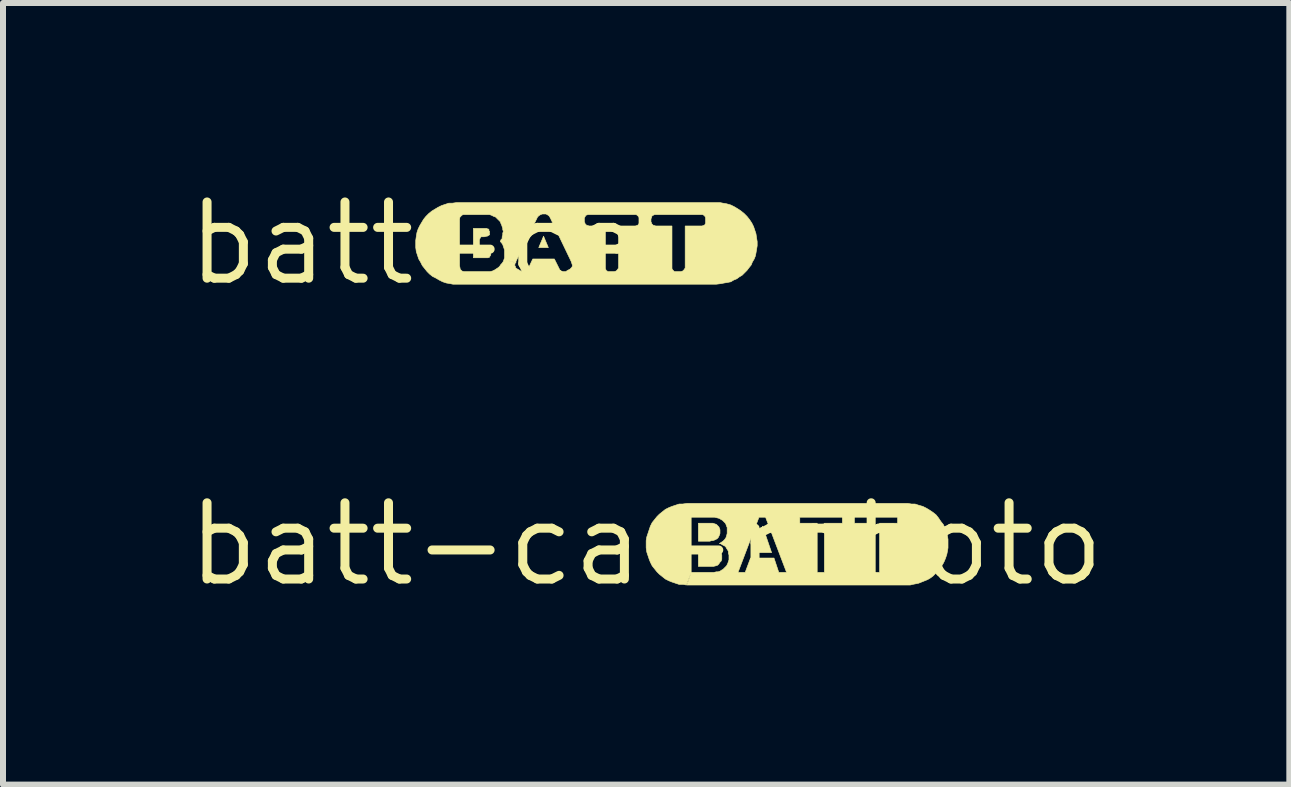
<source format=kicad_pcb>
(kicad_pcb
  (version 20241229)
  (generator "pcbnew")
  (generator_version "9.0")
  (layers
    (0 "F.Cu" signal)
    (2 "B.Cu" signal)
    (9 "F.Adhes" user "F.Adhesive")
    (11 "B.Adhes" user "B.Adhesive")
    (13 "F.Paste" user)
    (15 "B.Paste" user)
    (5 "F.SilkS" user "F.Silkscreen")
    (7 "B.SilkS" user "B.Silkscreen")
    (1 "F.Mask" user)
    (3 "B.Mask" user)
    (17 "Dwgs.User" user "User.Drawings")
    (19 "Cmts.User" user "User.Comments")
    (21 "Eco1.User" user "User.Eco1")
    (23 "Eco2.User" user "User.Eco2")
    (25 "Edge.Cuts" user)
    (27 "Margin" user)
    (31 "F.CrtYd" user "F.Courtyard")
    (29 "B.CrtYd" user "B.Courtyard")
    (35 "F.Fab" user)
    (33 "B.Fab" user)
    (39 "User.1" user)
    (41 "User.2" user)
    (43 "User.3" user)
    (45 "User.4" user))
  (footprint "batt-ca-roboto"
    (layer "F.Cu")
    (at 7.718 6.019)
    (property "Reference" "batt-ca-roboto" (at 0 0 0) (layer "F.SilkS") (effects (font (size 1.27 1.27) (thickness 0.15))))
    (attr board_only exclude_from_pos_files exclude_from_bom)
    (fp_poly (pts (xy 1.77 0.14) (xy 2.09 0.14) (xy 1.94 -0.3) (xy 1.77 0.14)) (stroke (width 0.01) (type solid)) (fill yes) (layer "F.SilkS"))
    (fp_poly (pts (xy 0.87 -0.05) (xy 1.06 -0.05) (xy 1.09 -0.06) (xy 1.11 -0.06) (xy 1.14 -0.07) (xy 1.16 -0.08) (xy 1.18 -0.09) (xy 1.2 -0.11) (xy 1.21 -0.13) (xy 1.22 -0.15) (xy 1.23 -0.18) (xy 1.23 -0.21) (xy 1.23 -0.24) (xy 1.22 -0.27) (xy 1.21 -0.29) (xy 1.19 -0.31) (xy 1.17 -0.33) (xy 1.14 -0.34) (xy 1.11 -0.35) (xy 1.06 -0.35) (xy 0.87 -0.35) (xy 0.87 -0.05)) (stroke (width 0.01) (type solid)) (fill yes) (layer "F.SilkS"))
    (fp_poly (pts (xy 0.87 0.04) (xy 0.87 0.37) (xy 1.08 0.37) (xy 1.12 0.37) (xy 1.16 0.36) (xy 1.19 0.35) (xy 1.21 0.33) (xy 1.23 0.3) (xy 1.25 0.28) (xy 1.26 0.25) (xy 1.26 0.22) (xy 1.26 0.18) (xy 1.25 0.15) (xy 1.24 0.12) (xy 1.22 0.09) (xy 1.2 0.07) (xy 1.18 0.06) (xy 1.16 0.05) (xy 1.14 0.05) (xy 1.11 0.04) (xy 1.08 0.04) (xy 0.87 0.04)) (stroke (width 0.01) (type solid)) (fill yes) (layer "F.SilkS"))
    (fp_poly (pts (xy 0.68 -0.68) (xy 0.61 -0.67) (xy 0.55 -0.67) (xy 0.49 -0.65) (xy 0.43 -0.63) (xy 0.38 -0.61) (xy 0.32 -0.58) (xy 0.27 -0.54) (xy 0.22 -0.5) (xy 0.18 -0.46) (xy 0.14 -0.41) (xy 0.1 -0.36) (xy 0.07 -0.3) (xy 0.05 -0.24) (xy 0.03 -0.18) (xy 0.01 -0.12) (xy 0 -0.06) (xy 0 0) (xy 0 0.06) (xy 0.01 0.13) (xy 0.03 0.19) (xy 0.05 0.25) (xy 0.07 0.3) (xy 0.1 0.36) (xy 0.14 0.41) (xy 0.18 0.46) (xy 0.22 0.5) (xy 0.27 0.54) (xy 0.32 0.58) (xy 0.38 0.61) (xy 0.43 0.63) (xy 0.49 0.65) (xy 0.55 0.67) (xy 0.62 0.67) (xy 0.67 0.68) (xy 0.75 0.47) (xy 0.75 -0.45) (xy 1.05 -0.45) (xy 1.1 -0.45) (xy 1.14 -0.45) (xy 1.18 -0.44) (xy 1.22 -0.43) (xy 1.25 -0.41) (xy 1.27 -0.4) (xy 1.29 -0.38) (xy 1.3 -0.37) (xy 1.32 -0.35) (xy 1.33 -0.33) (xy 1.34 -0.3) (xy 1.35 -0.28) (xy 1.35 -0.25) (xy 1.35 -0.21) (xy 1.35 -0.18) (xy 1.34 -0.14) (xy 1.33 -0.11) (xy 1.31 -0.08) (xy 1.28 -0.05) (xy 1.25 -0.03) (xy 1.22 -0.01) (xy 1.24 -0.01) (xy 1.27 0.01) (xy 1.29 0.02) (xy 1.31 0.03) (xy 1.33 0.05) (xy 1.34 0.07) (xy 1.36 0.1) (xy 1.37 0.12) (xy 1.37 0.15) (xy 1.38 0.18) (xy 1.38 0.2) (xy 1.38 0.24) (xy 1.38 0.26) (xy 1.37 0.29) (xy 1.36 0.32) (xy 1.35 0.34) (xy 1.34 0.36) (xy 1.53 0.47) (xy 1.88 -0.45) (xy 1.99 -0.45) (xy 2.34 0.47) (xy 2.85 0.47) (xy 2.85 -0.35) (xy 2.56 -0.35) (xy 2.56 -0.45) (xy 3.27 -0.45) (xy 3.27 -0.35) (xy 3.47 -0.35) (xy 3.47 -0.45) (xy 4.19 -0.45) (xy 4.19 -0.35) (xy 3.89 -0.35) (xy 3.89 0.47) (xy 3.77 0.47) (xy 3.77 -0.35) (xy 3.48 -0.35) (xy 3.27 -0.35) (xy 2.97 -0.35) (xy 2.97 0.47) (xy 2.85 0.47) (xy 2.34 0.47) (xy 2.21 0.47) (xy 2.13 0.23) (xy 1.74 0.23) (xy 1.65 0.47) (xy 1.53 0.47) (xy 1.34 0.36) (xy 1.32 0.38) (xy 1.3 0.4) (xy 1.28 0.42) (xy 1.26 0.43) (xy 1.23 0.45) (xy 1.2 0.46) (xy 1.17 0.46) (xy 1.13 0.47) (xy 1.09 0.47) (xy 0.75 0.47) (xy 0.68 0.68) (xy 4.36 0.68) (xy 4.4 0.68) (xy 4.44 0.67) (xy 4.49 0.66) (xy 4.54 0.65) (xy 4.59 0.63) (xy 4.64 0.61) (xy 4.69 0.59) (xy 4.74 0.56) (xy 4.78 0.53) (xy 4.82 0.49) (xy 4.86 0.46) (xy 4.89 0.41) (xy 4.92 0.37) (xy 4.95 0.32) (xy 4.97 0.28) (xy 4.99 0.23) (xy 5.01 0.17) (xy 5.02 0.12) (xy 5.03 0.06) (xy 5.03 -0.01) (xy 5.03 -0.08) (xy 5.02 -0.14) (xy 5 -0.21) (xy 4.98 -0.27) (xy 4.95 -0.33) (xy 4.91 -0.38) (xy 4.87 -0.44) (xy 4.83 -0.49) (xy 4.78 -0.53) (xy 4.72 -0.57) (xy 4.67 -0.6) (xy 4.61 -0.63) (xy 4.54 -0.65) (xy 4.48 -0.67) (xy 4.42 -0.67) (xy 4.36 -0.68) (xy 0.68 -0.68)) (stroke (width 0.01) (type solid)) (fill yes) (layer "F.SilkS")))
  (footprint "batt-ca"
    (layer "F.Cu")
    (at 3.878 1.006)
    (property "Reference" "batt-ca" (at 0 0 0) (layer "F.SilkS") (effects (font (size 1.27 1.27) (thickness 0.15))))
    (attr board_only exclude_from_pos_files exclude_from_bom)
    (fp_poly (pts (xy 2.13 -0.12) (xy 2.05 0.07) (xy 2.21 0.07) (xy 2.13 -0.12)) (stroke (width 0.01) (type solid)) (fill yes) (layer "F.SilkS"))
    (fp_poly (pts (xy 1.25 0.16) (xy 1.25 0.13) (xy 1.25 0.11) (xy 1.24 0.1) (xy 1.23 0.09) (xy 1.22 0.08) (xy 1.2 0.07) (xy 1.17 0.07) (xy 1.12 0.07) (xy 1.1 0.06) (xy 1.09 0.06) (xy 1.08 0.05) (xy 1.07 0.04) (xy 1.06 0.02) (xy 1.06 0) (xy 1.06 -0.03) (xy 1.06 -0.06) (xy 1.07 -0.08) (xy 1.08 -0.1) (xy 1.09 -0.11) (xy 1.11 -0.11) (xy 1.14 -0.11) (xy 1.18 -0.12) (xy 1.19 -0.12) (xy 1.21 -0.13) (xy 1.22 -0.14) (xy 1.23 -0.14) (xy 1.23 -0.2) (xy 1.22 -0.21) (xy 1.22 -0.23) (xy 1.21 -0.24) (xy 1.2 -0.24) (xy 1.18 -0.25) (xy 1.16 -0.25) (xy 0.96 -0.25) (xy 0.96 0.24) (xy 1.17 0.24) (xy 1.2 0.24) (xy 1.23 0.23) (xy 1.23 0.22) (xy 1.24 0.21) (xy 1.25 0.19) (xy 1.25 0.16)) (stroke (width 0.01) (type solid)) (fill yes) (layer "F.SilkS"))
    (fp_poly (pts (xy 0.68 -0.68) (xy 0.61 -0.67) (xy 0.55 -0.67) (xy 0.49 -0.65) (xy 0.43 -0.63) (xy 0.37 -0.6) (xy 0.32 -0.57) (xy 0.27 -0.54) (xy 0.22 -0.5) (xy 0.17 -0.45) (xy 0.13 -0.4) (xy 0.1 -0.35) (xy 0.07 -0.3) (xy 0.04 -0.24) (xy 0.02 -0.18) (xy 0.01 -0.12) (xy 0 -0.05) (xy 0 0.01) (xy 0 0.07) (xy 0.01 0.14) (xy 0.03 0.2) (xy 0.05 0.26) (xy 0.08 0.31) (xy 0.11 0.37) (xy 0.15 0.42) (xy 0.19 0.47) (xy 0.23 0.51) (xy 0.28 0.55) (xy 0.34 0.58) (xy 0.39 0.61) (xy 0.45 0.64) (xy 0.51 0.66) (xy 0.57 0.67) (xy 0.62 0.68) (xy 0.68 0.68) (xy 5.01 0.68) (xy 5.09 0.67) (xy 5.14 0.66) (xy 5.2 0.65) (xy 5.25 0.64) (xy 5.3 0.61) (xy 5.35 0.59) (xy 5.39 0.56) (xy 5.44 0.53) (xy 5.48 0.49) (xy 5.52 0.45) (xy 5.55 0.41) (xy 5.59 0.36) (xy 5.61 0.31) (xy 5.64 0.26) (xy 5.66 0.21) (xy 5.67 0.16) (xy 5.68 0.1) (xy 5.69 0.04) (xy 5.69 -0.03) (xy 5.68 -0.09) (xy 5.67 -0.16) (xy 5.65 -0.22) (xy 5.63 -0.28) (xy 5.6 -0.34) (xy 5.56 -0.4) (xy 5.52 -0.45) (xy 5.47 -0.5) (xy 5.42 -0.54) (xy 5.36 -0.58) (xy 5.31 -0.61) (xy 5.25 -0.64) (xy 5.18 -0.66) (xy 5.12 -0.67) (xy 5.07 -0.68) (xy 5.01 -0.68) (xy 0.68 -0.68) (xy 0.77 -0.47) (xy 0.79 -0.48) (xy 0.83 -0.48) (xy 1.19 -0.48) (xy 1.23 -0.48) (xy 1.26 -0.47) (xy 1.3 -0.45) (xy 1.33 -0.44) (xy 1.35 -0.42) (xy 1.37 -0.4) (xy 1.41 -0.36) (xy 1.42 -0.33) (xy 1.43 -0.31) (xy 1.44 -0.28) (xy 1.45 -0.25) (xy 1.45 -0.23) (xy 1.46 -0.2) (xy 1.45 -0.17) (xy 1.45 -0.14) (xy 1.44 -0.11) (xy 1.44 -0.08) (xy 1.42 -0.06) (xy 1.41 -0.03) (xy 1.43 -0.01) (xy 1.45 0.02) (xy 1.46 0.05) (xy 1.47 0.08) (xy 1.48 0.11) (xy 1.48 0.14) (xy 1.48 0.18) (xy 1.48 0.21) (xy 1.48 0.24) (xy 1.47 0.27) (xy 1.67 0.32) (xy 1.67 0.3) (xy 2.03 -0.44) (xy 2.05 -0.46) (xy 2.08 -0.48) (xy 2.11 -0.49) (xy 2.14 -0.49) (xy 2.17 -0.49) (xy 2.19 -0.48) (xy 2.22 -0.46) (xy 2.24 -0.43) (xy 2.59 0.3) (xy 2.6 0.33) (xy 2.61 0.36) (xy 3.16 0.41) (xy 3.16 -0.29) (xy 2.89 -0.29) (xy 2.86 -0.3) (xy 2.85 -0.3) (xy 2.84 -0.31) (xy 2.83 -0.32) (xy 2.82 -0.33) (xy 2.82 -0.34) (xy 2.81 -0.36) (xy 2.81 -0.38) (xy 2.81 -0.41) (xy 2.81 -0.43) (xy 2.82 -0.44) (xy 2.83 -0.46) (xy 2.84 -0.47) (xy 2.87 -0.48) (xy 2.91 -0.48) (xy 3.64 -0.48) (xy 3.67 -0.48) (xy 3.69 -0.47) (xy 3.7 -0.46) (xy 3.71 -0.45) (xy 3.72 -0.43) (xy 3.72 -0.4) (xy 3.92 -0.41) (xy 3.93 -0.43) (xy 3.93 -0.44) (xy 3.94 -0.46) (xy 3.96 -0.47) (xy 3.98 -0.48) (xy 4.02 -0.48) (xy 4.75 -0.48) (xy 4.78 -0.48) (xy 4.8 -0.47) (xy 4.81 -0.46) (xy 4.82 -0.45) (xy 4.83 -0.43) (xy 4.83 -0.4) (xy 4.83 -0.36) (xy 4.83 -0.33) (xy 4.82 -0.32) (xy 4.82 -0.31) (xy 4.8 -0.3) (xy 4.77 -0.29) (xy 4.74 -0.29) (xy 4.49 -0.29) (xy 4.49 0.38) (xy 4.49 0.41) (xy 4.47 0.44) (xy 4.46 0.45) (xy 4.45 0.46) (xy 4.42 0.47) (xy 4.39 0.47) (xy 4.35 0.47) (xy 4.31 0.47) (xy 4.3 0.46) (xy 4.29 0.45) (xy 4.28 0.44) (xy 4.27 0.42) (xy 4.27 0.41) (xy 4.27 -0.29) (xy 4 -0.29) (xy 3.97 -0.3) (xy 3.96 -0.3) (xy 3.95 -0.31) (xy 3.94 -0.32) (xy 3.93 -0.33) (xy 3.93 -0.34) (xy 3.92 -0.36) (xy 3.92 -0.38) (xy 3.92 -0.41) (xy 3.72 -0.4) (xy 3.72 -0.36) (xy 3.72 -0.33) (xy 3.71 -0.32) (xy 3.71 -0.31) (xy 3.69 -0.3) (xy 3.66 -0.29) (xy 3.63 -0.29) (xy 3.38 -0.29) (xy 3.38 0.38) (xy 3.38 0.41) (xy 3.36 0.44) (xy 3.35 0.45) (xy 3.34 0.46) (xy 3.31 0.47) (xy 3.28 0.47) (xy 3.24 0.47) (xy 3.2 0.47) (xy 3.19 0.46) (xy 3.17 0.45) (xy 3.17 0.44) (xy 3.16 0.42) (xy 3.16 0.41) (xy 2.61 0.36) (xy 2.61 0.38) (xy 2.6 0.4) (xy 2.59 0.41) (xy 2.57 0.43) (xy 2.55 0.44) (xy 2.53 0.45) (xy 2.5 0.47) (xy 2.48 0.47) (xy 2.46 0.47) (xy 2.45 0.47) (xy 2.43 0.47) (xy 2.42 0.46) (xy 2.41 0.45) (xy 2.4 0.44) (xy 2.38 0.4) (xy 2.31 0.26) (xy 1.95 0.26) (xy 1.87 0.43) (xy 1.86 0.44) (xy 1.84 0.46) (xy 1.82 0.47) (xy 1.81 0.47) (xy 1.8 0.47) (xy 1.79 0.47) (xy 1.75 0.46) (xy 1.7 0.43) (xy 1.68 0.42) (xy 1.67 0.41) (xy 1.66 0.4) (xy 1.66 0.38) (xy 1.65 0.37) (xy 1.65 0.36) (xy 1.66 0.32) (xy 1.47 0.27) (xy 1.46 0.3) (xy 1.44 0.33) (xy 1.42 0.35) (xy 1.4 0.38) (xy 1.38 0.4) (xy 1.35 0.42) (xy 1.32 0.44) (xy 1.28 0.46) (xy 1.24 0.47) (xy 1.2 0.47) (xy 0.82 0.47) (xy 0.8 0.47) (xy 0.77 0.46) (xy 0.76 0.45) (xy 0.75 0.44) (xy 0.74 0.43) (xy 0.74 0.42) (xy 0.73 0.37) (xy 0.73 -0.41) (xy 0.73 -0.42) (xy 0.74 -0.44) (xy 0.75 -0.45) (xy 0.76 -0.46) (xy 0.77 -0.47) (xy 0.68 -0.68)) (stroke (width 0.01) (type solid)) (fill yes) (layer "F.SilkS")))
  (gr_rect
    (start -3 -3)
    (end 18.436 10.025)
    (stroke (width 0.1) (type default))
    (fill no)
    (layer "Edge.Cuts")))
</source>
